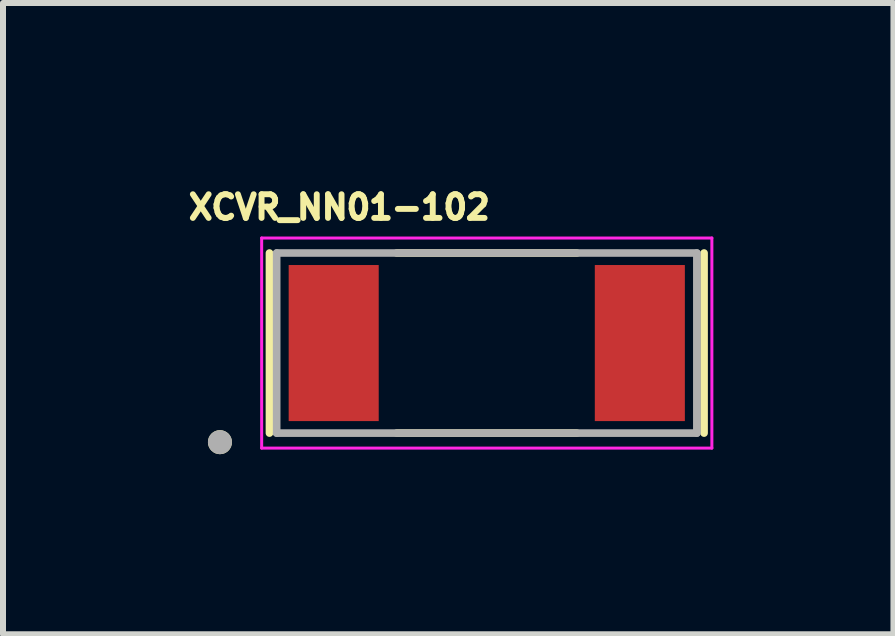
<source format=kicad_pcb>
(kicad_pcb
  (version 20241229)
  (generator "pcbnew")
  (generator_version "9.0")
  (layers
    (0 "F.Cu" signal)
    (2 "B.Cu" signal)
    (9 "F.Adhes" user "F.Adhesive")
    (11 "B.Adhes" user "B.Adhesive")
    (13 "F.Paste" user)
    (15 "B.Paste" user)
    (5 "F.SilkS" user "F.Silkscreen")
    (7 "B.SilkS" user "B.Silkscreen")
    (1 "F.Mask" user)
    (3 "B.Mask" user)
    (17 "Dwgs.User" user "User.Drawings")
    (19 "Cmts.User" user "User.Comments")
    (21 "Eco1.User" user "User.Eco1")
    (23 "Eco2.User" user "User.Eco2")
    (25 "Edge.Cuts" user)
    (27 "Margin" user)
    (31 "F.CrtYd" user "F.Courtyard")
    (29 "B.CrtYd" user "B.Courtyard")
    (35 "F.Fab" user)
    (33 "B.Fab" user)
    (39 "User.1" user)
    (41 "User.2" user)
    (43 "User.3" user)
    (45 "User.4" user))
  (footprint "XCVR_NN01-102"
    (layer "F.Cu")
    (at 5.059 2.665)
    (property "Reference" "XCVR_NN01-102" (at -2.457 -2.262 0) (layer "F.SilkS") (effects (font (size 0.394 0.394) (thickness 0.15))))
    (attr through_hole)
    (fp_line (start -3.62 1.5) (end -3.62 -1.5) (stroke (width 0.127) (type solid)) (layer "F.SilkS"))
    (fp_line (start 1.5 -1.5) (end -1.5 -1.5) (stroke (width 0.127) (type solid)) (layer "F.SilkS"))
    (fp_line (start 1.5 1.5) (end -1.5 1.5) (stroke (width 0.127) (type solid)) (layer "F.SilkS"))
    (fp_line (start 3.62 1.5) (end 3.62 -1.5) (stroke (width 0.127) (type solid)) (layer "F.SilkS"))
    (fp_circle (center -4.445 1.651) (end -4.345 1.651) (stroke (width 0.2) (type solid)) (fill no) (layer "F.SilkS"))
    (fp_line (start -3.75 -1.75) (end 3.75 -1.75) (stroke (width 0.05) (type solid)) (layer "F.CrtYd"))
    (fp_line (start -3.75 1.75) (end -3.75 -1.75) (stroke (width 0.05) (type solid)) (layer "F.CrtYd"))
    (fp_line (start -3.75 1.75) (end 3.75 1.75) (stroke (width 0.05) (type solid)) (layer "F.CrtYd"))
    (fp_line (start 3.75 1.75) (end 3.75 -1.75) (stroke (width 0.05) (type solid)) (layer "F.CrtYd"))
    (fp_line (start -3.5 1.5) (end -3.5 -1.5) (stroke (width 0.127) (type solid)) (layer "F.Fab"))
    (fp_line (start 3.5 -1.5) (end -3.5 -1.5) (stroke (width 0.127) (type solid)) (layer "F.Fab"))
    (fp_line (start 3.5 1.5) (end -3.5 1.5) (stroke (width 0.127) (type solid)) (layer "F.Fab"))
    (fp_line (start 3.5 1.5) (end 3.5 -1.5) (stroke (width 0.127) (type solid)) (layer "F.Fab"))
    (fp_circle (center -4.445 1.651) (end -4.345 1.651) (stroke (width 0.2) (type solid)) (fill no) (layer "F.Fab"))
    (pad "1" smd rect (at -2.55 0) (size 1.5 2.6) (layers "F.Cu" "F.Mask" "F.Paste"))
    (pad "2" smd rect (at 2.55 0) (size 1.5 2.6) (layers "F.Cu" "F.Mask" "F.Paste"))
    (zone (net_name "") (layer "F.Cu") (hatch full 0.508) (connect_pads) (min_thickness 0.01) (filled_areas_thickness no) (keepout (tracks not_allowed) (vias not_allowed) (pads not_allowed) (copperpour not_allowed) (footprints allowed)) (placement (enabled no)) (fill) (polygon (pts (xy 1.559 1.365) (xy 3.259 1.365) (xy 3.259 3.965) (xy 1.559 3.965) (xy 1.559 4.165) (xy 8.559 4.165) (xy 8.549 3.965) (xy 6.859 3.965) (xy 6.859 1.365) (xy 8.559 1.365) (xy 8.559 1.165) (xy 1.559 1.165))))
    (zone (net_name "") (layers "F.Cu" "B.Cu") (hatch full 0.508) (connect_pads) (min_thickness 0.01) (filled_areas_thickness no) (keepout (tracks allowed) (vias not_allowed) (pads allowed) (copperpour allowed) (footprints allowed)) (placement (enabled no)) (fill) (polygon (pts (xy 1.559 1.365) (xy 3.259 1.365) (xy 3.259 3.965) (xy 1.559 3.965) (xy 1.559 4.165) (xy 8.559 4.165) (xy 8.549 3.965) (xy 6.859 3.965) (xy 6.859 1.365) (xy 8.559 1.365) (xy 8.559 1.165) (xy 1.559 1.165)))))
  (gr_rect
    (start -3 -3)
    (end 11.834 7.516)
    (stroke (width 0.1) (type default))
    (fill no)
    (layer "Edge.Cuts")))
</source>
